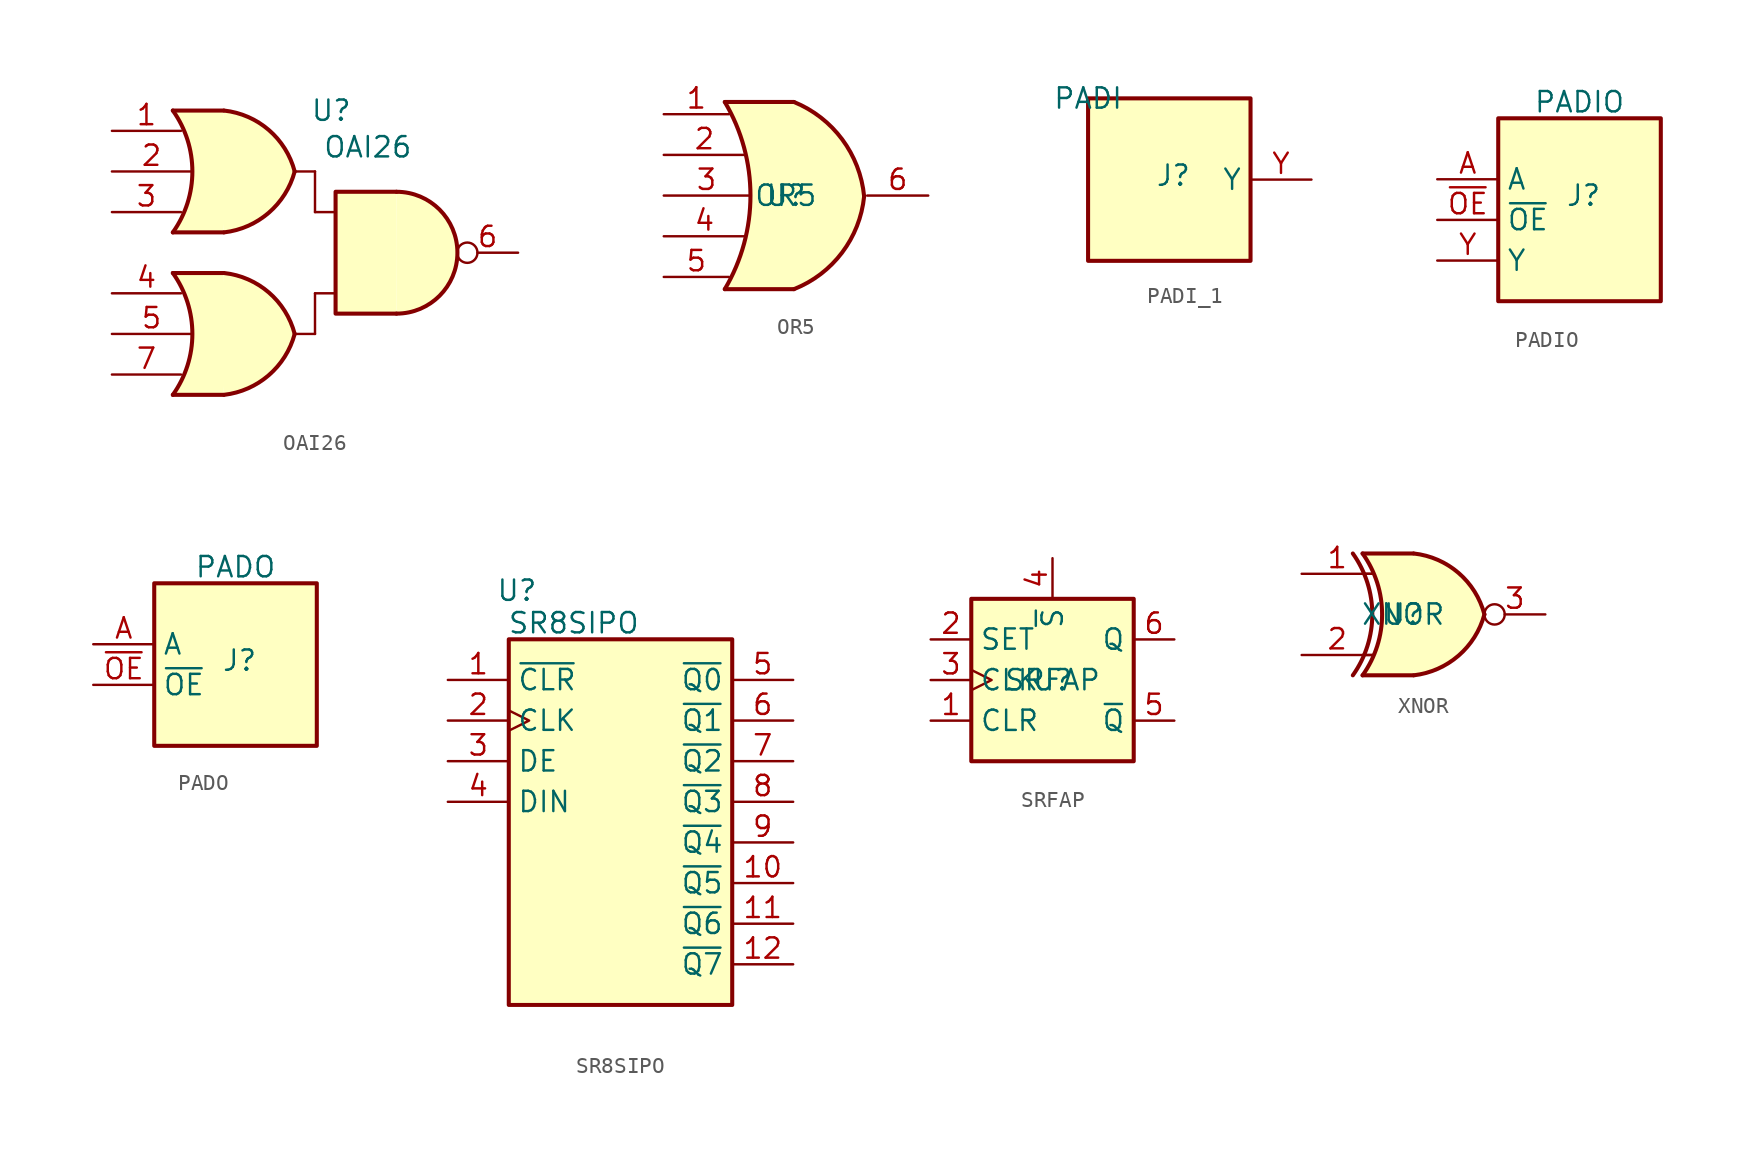
<source format=kicad_sym>
(kicad_symbol_lib
  (version 20231120)
  (generator "kicad_symbol_editor")
  (generator_version "8.0")
  (symbol "OAI26"
    (property "Reference" "U"
      (at 6.096 3.81 0)
      (effects (font (size 1.27 1.27))))
    (property "Value" "OAI26"
      (at 8.382 1.524 0)
      (effects (font (size 1.27 1.27))))
    (symbol "OAI26_1_1"
      (arc (start -3.81 -13.97) (mid -2.589 -10.16) (end -3.81 -6.35) (stroke (width 0.254) (type default)) (fill (type none)))
      (arc (start -3.81 -3.81) (mid -2.589 0) (end -3.81 3.81) (stroke (width 0.254) (type default)) (fill (type none)))
      (arc (start -0.6096 -13.97) (mid 2.1855 -12.744) (end 3.81 -10.16) (stroke (width 0.254) (type default)) (fill (type background)))
      (arc (start -0.6096 -3.81) (mid 2.1855 -2.584) (end 3.81 0) (stroke (width 0.254) (type default)) (fill (type background)))
      (polyline (pts (xy -3.81 -13.97) (xy -0.635 -13.97)) (stroke (width 0.254) (type default)) (fill (type background)))
      (polyline (pts (xy -3.81 -6.35) (xy -0.635 -6.35)) (stroke (width 0.254) (type default)) (fill (type background)))
      (polyline (pts (xy -3.81 -3.81) (xy -0.635 -3.81)) (stroke (width 0.254) (type default)) (fill (type background)))
      (polyline (pts (xy -3.81 3.81) (xy -0.635 3.81)) (stroke (width 0.254) (type default)) (fill (type background)))
      (polyline (pts (xy 3.81 -10.16) (xy 5.08 -10.16)) (stroke (width 0) (type default)) (fill (type none)))
      (polyline (pts (xy 3.81 0) (xy 5.08 0)) (stroke (width 0) (type default)) (fill (type none)))
      (polyline (pts (xy 5.08 -10.16) (xy 5.08 -7.62)) (stroke (width 0) (type default)) (fill (type none)))
      (polyline (pts (xy 5.08 -7.62) (xy 6.35 -7.62)) (stroke (width 0) (type default)) (fill (type none)))
      (polyline (pts (xy 5.08 -2.54) (xy 6.35 -2.54)) (stroke (width 0) (type default)) (fill (type none)))
      (polyline (pts (xy 5.08 0) (xy 5.08 -2.54)) (stroke (width 0) (type default)) (fill (type none)))
      (polyline (pts (xy 10.177 -1.27) (xy 6.367 -1.27) (xy 6.367 -8.89) (xy 10.177 -8.89)) (stroke (width 0.254) (type default)) (fill (type background)))
      (polyline (pts (xy -0.635 -6.35) (xy -3.81 -6.35) (xy -3.81 -6.35) (xy -3.556 -6.756) (xy -3.023 -7.899) (xy -2.692 -9.119) (xy -2.616 -10.414) (xy -2.769 -11.659) (xy -3.175 -12.878) (xy -3.81 -13.97) (xy -3.81 -13.97) (xy -0.635 -13.97)) (stroke (width -25.4) (type default)) (fill (type background)))
      (polyline (pts (xy -0.635 3.81) (xy -3.81 3.81) (xy -3.81 3.81) (xy -3.556 3.404) (xy -3.023 2.261) (xy -2.692 1.041) (xy -2.616 -0.254) (xy -2.769 -1.499) (xy -3.175 -2.718) (xy -3.81 -3.81) (xy -3.81 -3.81) (xy -0.635 -3.81)) (stroke (width -25.4) (type default)) (fill (type background)))
      (arc (start 3.81 -10.16) (mid 2.1928 -7.5675) (end -0.6096 -6.35) (stroke (width 0.254) (type default)) (fill (type background)))
      (arc (start 3.81 0) (mid 2.1928 2.5925) (end -0.6096 3.81) (stroke (width 0.254) (type default)) (fill (type background)))
      (arc (start 10.1766 -8.89) (mid 13.97 -5.08) (end 10.1766 -1.27) (stroke (width 0.254) (type default)) (fill (type background)))
      (pin input line (at -7.62 2.54 0) (length 4.318) (name "~" (effects (font (size 1.27 1.27)))) (number "1" (effects (font (size 1.27 1.27)))))
      (pin input line (at -7.62 0 0) (length 4.953) (name "~" (effects (font (size 1.27 1.27)))) (number "2" (effects (font (size 1.27 1.27)))))
      (pin input line (at -7.62 -2.54 0) (length 4.318) (name "~" (effects (font (size 1.27 1.27)))) (number "3" (effects (font (size 1.27 1.27)))))
      (pin input line (at -7.62 -7.62 0) (length 4.318) (name "~" (effects (font (size 1.27 1.27)))) (number "4" (effects (font (size 1.27 1.27)))))
      (pin input line (at -7.62 -10.16 0) (length 4.953) (name "~" (effects (font (size 1.27 1.27)))) (number "5" (effects (font (size 1.27 1.27)))))
      (pin output inverted (at 17.78 -5.08 180) (length 3.81) (name "~" (effects (font (size 1.27 1.27)))) (number "6" (effects (font (size 1.27 1.27)))))
      (pin input line (at -7.62 -12.7 0) (length 4.318) (name "~" (effects (font (size 1.27 1.27)))) (number "7" (effects (font (size 1.27 1.27)))))))
  (symbol "OR5"
    (property "Reference" "U"
      (at 0 0 0)
      (effects (font (size 1.27 1.27))))
    (property "Value" "OR5"
      (at 0 0 0)
      (effects (font (size 1.27 1.27))))
    (symbol "OR5_1_1"
      (arc (start -3.81 -5.842) (mid -2.2076 0) (end -3.81 5.842) (stroke (width 0.254) (type default)) (fill (type none)))
      (polyline (pts (xy -3.81 -5.842) (xy 0.508 -5.842)) (stroke (width 0.254) (type default)) (fill (type background)))
      (polyline (pts (xy -3.81 5.842) (xy 0.508 5.842)) (stroke (width 0.254) (type default)) (fill (type background)))
      (polyline (pts (xy 0.508 5.842) (xy -3.81 5.842) (xy -3.81 5.842) (xy -3.302 4.826) (xy -2.794 3.556) (xy -2.54 2.54) (xy -2.286 0.762) (xy -2.286 -0.762) (xy -2.54 -2.54) (xy -3.175 -4.445) (xy -3.81 -5.842) (xy -3.81 -5.842) (xy 0.508 -5.842)) (stroke (width -25.4) (type default)) (fill (type background)))
      (arc (start 0.508 -5.842) (mid 3.5111 -3.5607) (end 4.8884 -0.0498) (stroke (width 0.254) (type default)) (fill (type background)))
      (arc (start 4.8884 -0.0498) (mid 3.5196 3.5068) (end 0.508 5.842) (stroke (width 0.254) (type default)) (fill (type background)))
      (pin input line (at -7.62 5.08 0) (length 4.064) (name "~" (effects (font (size 1.27 1.27)))) (number "1" (effects (font (size 1.27 1.27)))))
      (pin input line (at -7.62 2.54 0) (length 5.08) (name "~" (effects (font (size 1.27 1.27)))) (number "2" (effects (font (size 1.27 1.27)))))
      (pin input line (at -7.62 0 0) (length 5.334) (name "~" (effects (font (size 1.27 1.27)))) (number "3" (effects (font (size 1.27 1.27)))))
      (pin input line (at -7.62 -2.54 0) (length 5.08) (name "~" (effects (font (size 1.27 1.27)))) (number "4" (effects (font (size 1.27 1.27)))))
      (pin input line (at -7.62 -5.08 0) (length 4.064) (name "~" (effects (font (size 1.27 1.27)))) (number "5" (effects (font (size 1.27 1.27)))))
      (pin output line (at 8.89 0 180) (length 3.81) (name "~" (effects (font (size 1.27 1.27)))) (number "6" (effects (font (size 1.27 1.27)))))))
  (symbol "PADI_1"
    (property "Reference" "J"
      (at 5.334 -4.826 0)
      (effects (font (size 1.27 1.27))))
    (property "Value" "PADI"
      (at 0 0 0)
      (effects (font (size 1.27 1.27))))
    (symbol "PADI_1_1_1"
      (rectangle (start 0 0) (end 10.16 -10.16) (stroke (width 0.254) (type default)) (fill (type background)))
      (pin output line (at 13.97 -5.08 180) (length 3.81) (name "Y" (effects (font (size 1.27 1.27)))) (number "Y" (effects (font (size 1.27 1.27)))))))
  (symbol "PADIO"
    (property "Reference" "J"
      (at 5.334 -4.826 0)
      (effects (font (size 1.27 1.27))))
    (property "Value" "PADIO"
      (at 5.08 1.016 0)
      (effects (font (size 1.27 1.27))))
    (symbol "PADIO_1_1"
      (rectangle (start 0 0) (end 10.16 -11.43) (stroke (width 0.254) (type default)) (fill (type background)))
      (pin input line (at -3.81 -3.81 0) (length 3.81) (name "A" (effects (font (size 1.27 1.27)))) (number "A" (effects (font (size 1.27 1.27)))))
      (pin output line (at -3.81 -8.89 0) (length 3.81) (name "Y" (effects (font (size 1.27 1.27)))) (number "Y" (effects (font (size 1.27 1.27)))))
      (pin input line (at -3.81 -6.35 0) (length 3.81) (name "~{OE}" (effects (font (size 1.27 1.27)))) (number "~{OE}" (effects (font (size 1.27 1.27)))))))
  (symbol "PADO"
    (property "Reference" "J"
      (at 5.334 -4.826 0)
      (effects (font (size 1.27 1.27))))
    (property "Value" "PADO"
      (at 5.08 1.016 0)
      (effects (font (size 1.27 1.27))))
    (symbol "PADO_1_1"
      (rectangle (start 0 0) (end 10.16 -10.16) (stroke (width 0.254) (type default)) (fill (type background)))
      (pin input line (at -3.81 -3.81 0) (length 3.81) (name "A" (effects (font (size 1.27 1.27)))) (number "A" (effects (font (size 1.27 1.27)))))
      (pin input line (at -3.81 -6.35 0) (length 3.81) (name "~{OE}" (effects (font (size 1.27 1.27)))) (number "~{OE}" (effects (font (size 1.27 1.27)))))))
  (symbol "SR8SIPO"
    (property "Reference" "U"
      (at 0.508 3.048 0)
      (effects (font (size 1.27 1.27))))
    (property "Value" "SR8SIPO"
      (at 4.064 1.016 0)
      (effects (font (size 1.27 1.27))))
    (symbol "SR8SIPO_1_1"
      (rectangle (start 0 0) (end 13.97 -22.86) (stroke (width 0.254) (type default)) (fill (type background)))
      (pin input line (at -3.81 -2.54 0) (length 3.81) (name "~{CLR}" (effects (font (size 1.27 1.27)))) (number "1" (effects (font (size 1.27 1.27)))))
      (pin output line (at 17.78 -15.24 180) (length 3.81) (name "~{Q5}" (effects (font (size 1.27 1.27)))) (number "10" (effects (font (size 1.27 1.27)))))
      (pin output line (at 17.78 -17.78 180) (length 3.81) (name "~{Q6}" (effects (font (size 1.27 1.27)))) (number "11" (effects (font (size 1.27 1.27)))))
      (pin output line (at 17.78 -20.32 180) (length 3.81) (name "~{Q7}" (effects (font (size 1.27 1.27)))) (number "12" (effects (font (size 1.27 1.27)))))
      (pin input clock (at -3.81 -5.08 0) (length 3.81) (name "CLK" (effects (font (size 1.27 1.27)))) (number "2" (effects (font (size 1.27 1.27)))))
      (pin input line (at -3.81 -7.62 0) (length 3.81) (name "DE" (effects (font (size 1.27 1.27)))) (number "3" (effects (font (size 1.27 1.27)))))
      (pin input line (at -3.81 -10.16 0) (length 3.81) (name "DIN" (effects (font (size 1.27 1.27)))) (number "4" (effects (font (size 1.27 1.27)))))
      (pin output line (at 17.78 -2.54 180) (length 3.81) (name "~{Q0}" (effects (font (size 1.27 1.27)))) (number "5" (effects (font (size 1.27 1.27)))))
      (pin output line (at 17.78 -5.08 180) (length 3.81) (name "~{Q1}" (effects (font (size 1.27 1.27)))) (number "6" (effects (font (size 1.27 1.27)))))
      (pin output line (at 17.78 -7.62 180) (length 3.81) (name "~{Q2}" (effects (font (size 1.27 1.27)))) (number "7" (effects (font (size 1.27 1.27)))))
      (pin output line (at 17.78 -10.16 180) (length 3.81) (name "~{Q3}" (effects (font (size 1.27 1.27)))) (number "8" (effects (font (size 1.27 1.27)))))
      (pin output line (at 17.78 -12.7 180) (length 3.81) (name "~{Q4}" (effects (font (size 1.27 1.27)))) (number "9" (effects (font (size 1.27 1.27)))))))
  (symbol "SRFAP"
    (property "Reference" "U"
      (at 0 0 0)
      (effects (font (size 1.27 1.27))))
    (property "Value" "SRFAP"
      (at 0 0 0)
      (effects (font (size 1.27 1.27))))
    (symbol "SRFAP_1_0"
      (pin input line (at -7.62 -2.54 0) (length 2.54) (name "CLR" (effects (font (size 1.27 1.27)))) (number "1" (effects (font (size 1.27 1.27)))))
      (pin input line (at -7.62 2.54 0) (length 2.54) (name "SET" (effects (font (size 1.27 1.27)))) (number "2" (effects (font (size 1.27 1.27)))))
      (pin input clock (at -7.62 0 0) (length 2.54) (name "CLK" (effects (font (size 1.27 1.27)))) (number "3" (effects (font (size 1.27 1.27)))))
      (pin input line (at 0 7.62 270) (length 2.54) (name "~{S}" (effects (font (size 1.27 1.27)))) (number "4" (effects (font (size 1.27 1.27)))))
      (pin output line (at 7.62 -2.54 180) (length 2.54) (name "~{Q}" (effects (font (size 1.27 1.27)))) (number "5" (effects (font (size 1.27 1.27)))))
      (pin output line (at 7.62 2.54 180) (length 2.54) (name "Q" (effects (font (size 1.27 1.27)))) (number "6" (effects (font (size 1.27 1.27))))))
    (symbol "SRFAP_1_1"
      (rectangle (start -5.08 5.08) (end 5.08 -5.08) (stroke (width 0.254) (type default)) (fill (type background)))))
  (symbol "XNOR"
    (property "Reference" "U"
      (at 0 0 0)
      (effects (font (size 1.27 1.27))))
    (property "Value" "XNOR"
      (at 0 0 0)
      (effects (font (size 1.27 1.27))))
    (symbol "XNOR_1_0"
      (arc (start -3.1496 -3.81) (mid -1.9333 0) (end -3.1496 3.81) (stroke (width 0.254) (type default)) (fill (type none)))
      (arc (start -2.54 -3.81) (mid -1.319 0) (end -2.54 3.81) (stroke (width 0.254) (type default)) (fill (type none)))
      (polyline (pts (xy -2.54 -3.81) (xy 0.635 -3.81)) (stroke (width 0.254) (type default)) (fill (type background)))
      (polyline (pts (xy -2.54 3.81) (xy 0.635 3.81)) (stroke (width 0.254) (type default)) (fill (type background)))
      (polyline (pts (xy 0.635 3.81) (xy -2.54 3.81) (xy -2.54 3.81) (xy -2.286 3.404) (xy -1.753 2.261) (xy -1.422 1.041) (xy -1.346 -0.254) (xy -1.499 -1.499) (xy -1.905 -2.718) (xy -2.54 -3.81) (xy -2.54 -3.81) (xy 0.635 -3.81)) (stroke (width -25.4) (type default)) (fill (type background)))
      (arc (start 0.6604 -3.81) (mid 3.4555 -2.584) (end 5.08 0) (stroke (width 0.254) (type default)) (fill (type background)))
      (arc (start 5.08 0) (mid 3.4628 2.5925) (end 0.6604 3.81) (stroke (width 0.254) (type default)) (fill (type background)))
      (pin input line (at -6.35 2.54 0) (length 4.445) (name "~" (effects (font (size 1.27 1.27)))) (number "1" (effects (font (size 1.27 1.27)))))
      (pin input line (at -6.35 -2.54 0) (length 4.445) (name "~" (effects (font (size 1.27 1.27)))) (number "2" (effects (font (size 1.27 1.27)))))
      (pin output inverted (at 8.89 0 180) (length 3.81) (name "~" (effects (font (size 1.27 1.27)))) (number "3" (effects (font (size 1.27 1.27))))))
    (symbol "XNOR_1_1"
      (polyline (pts (xy -2.54 -2.54) (xy -1.905 -2.54)) (stroke (width 0.152) (type default)) (fill (type none)))
      (polyline (pts (xy -2.54 2.54) (xy -1.905 2.54)) (stroke (width 0.152) (type default)) (fill (type none))))))
</source>
